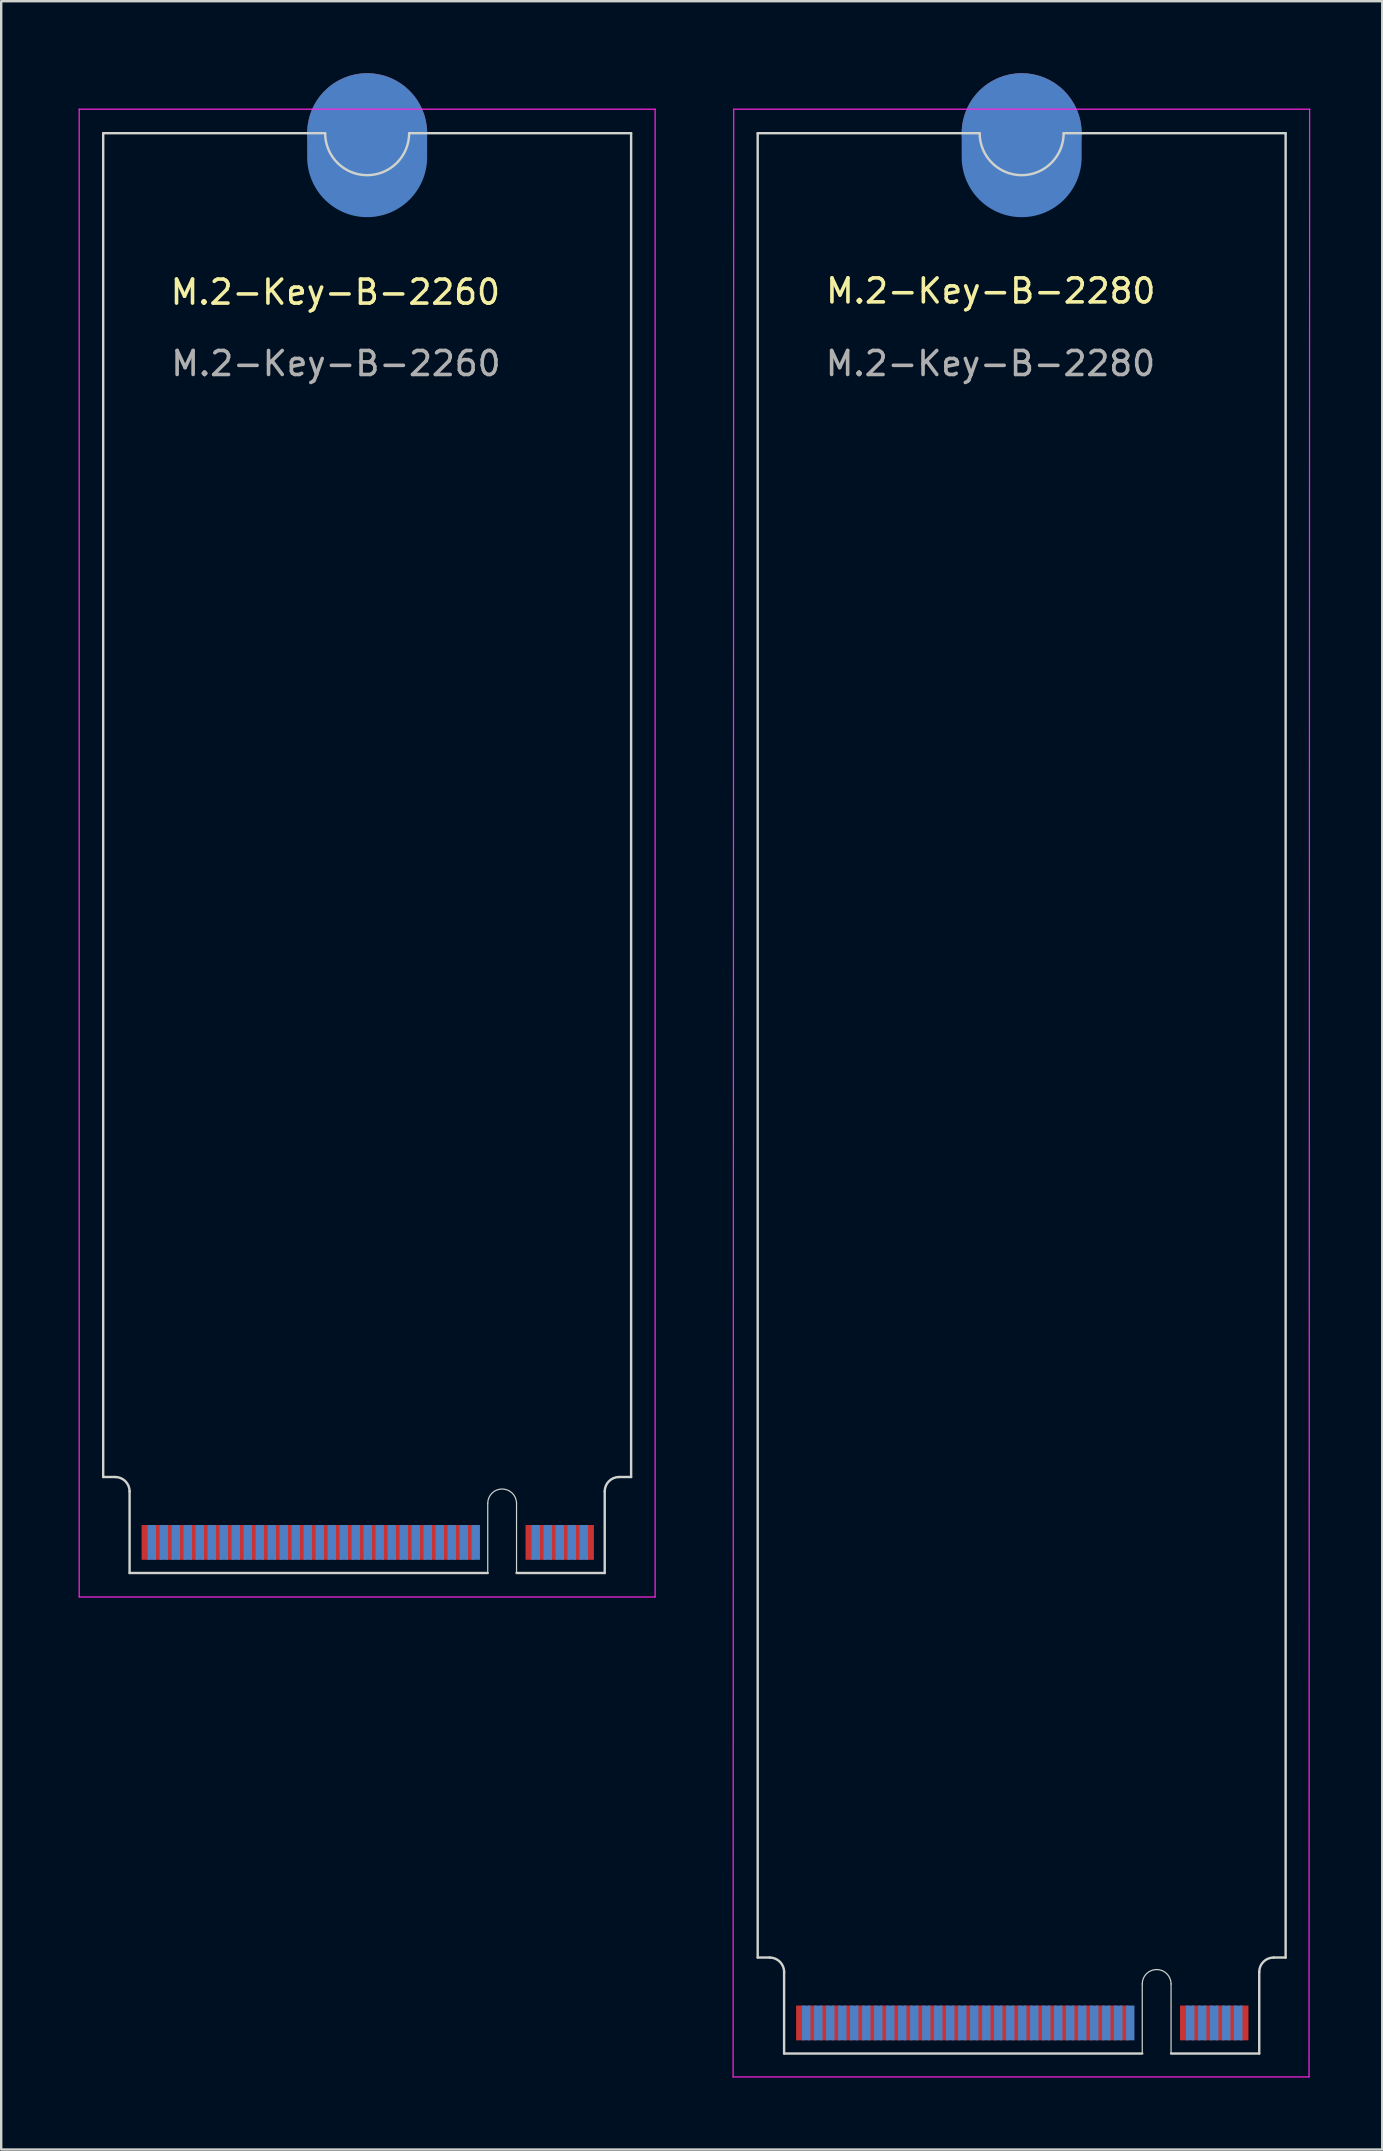
<source format=kicad_pcb>
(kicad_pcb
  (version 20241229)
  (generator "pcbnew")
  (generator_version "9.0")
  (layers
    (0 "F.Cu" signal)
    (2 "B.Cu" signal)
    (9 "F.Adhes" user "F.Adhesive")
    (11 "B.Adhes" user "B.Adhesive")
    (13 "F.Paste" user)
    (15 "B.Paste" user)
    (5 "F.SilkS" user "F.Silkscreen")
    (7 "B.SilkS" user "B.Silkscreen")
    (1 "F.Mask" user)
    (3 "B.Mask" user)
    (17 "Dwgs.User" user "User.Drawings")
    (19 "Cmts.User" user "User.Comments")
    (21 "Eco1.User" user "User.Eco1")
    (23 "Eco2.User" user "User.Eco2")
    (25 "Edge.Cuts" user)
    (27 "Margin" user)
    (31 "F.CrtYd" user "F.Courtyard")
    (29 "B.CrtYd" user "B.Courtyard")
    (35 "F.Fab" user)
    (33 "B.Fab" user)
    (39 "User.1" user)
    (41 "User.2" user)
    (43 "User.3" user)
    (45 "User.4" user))
  (footprint "M.2-Key-B-2260"
    (layer "F.Cu")
    (at 0.25 1.5)
    (property "Reference" "M.2-Key-B-2260" (at 10.675 7.625 0) (unlocked yes) (layer "F.SilkS") (effects (font (size 1 1) (thickness 0.15))))
    (attr exclude_from_pos_files exclude_from_bom allow_missing_courtyard)
    (fp_line (start 1 1) (end 1 57) (stroke (width 0.1) (type default)) (layer "Edge.Cuts"))
    (fp_line (start 1 1) (end 10.25 1) (stroke (width 0.1) (type default)) (layer "Edge.Cuts"))
    (fp_line (start 1 57) (end 1.5 57) (stroke (width 0.1) (type default)) (layer "Edge.Cuts"))
    (fp_line (start 2.1 57.6) (end 2.1 61) (stroke (width 0.1) (type default)) (layer "Edge.Cuts"))
    (fp_line (start 2.1 61) (end 17.025 61) (stroke (width 0.1) (type default)) (layer "Edge.Cuts"))
    (fp_line (start 17.025 61) (end 17.025 58.1) (stroke (width 0.05) (type default)) (layer "Edge.Cuts"))
    (fp_line (start 18.225 58.1) (end 18.225 61) (stroke (width 0.05) (type default)) (layer "Edge.Cuts"))
    (fp_line (start 18.225 61) (end 21.9 61) (stroke (width 0.1) (type default)) (layer "Edge.Cuts"))
    (fp_line (start 21.9 57.6) (end 21.9 61) (stroke (width 0.1) (type default)) (layer "Edge.Cuts"))
    (fp_line (start 23 1) (end 13.75 1) (stroke (width 0.1) (type default)) (layer "Edge.Cuts"))
    (fp_line (start 23 1) (end 23 57) (stroke (width 0.1) (type default)) (layer "Edge.Cuts"))
    (fp_line (start 23 57) (end 22.5 57) (stroke (width 0.1) (type default)) (layer "Edge.Cuts"))
    (fp_arc (start 1.5 57) (mid 1.924264 57.175736) (end 2.1 57.6) (stroke (width 0.1) (type default)) (layer "Edge.Cuts"))
    (fp_arc (start 13.75 1) (mid 12 2.75) (end 10.25 1) (stroke (width 0.1) (type default)) (layer "Edge.Cuts"))
    (fp_arc (start 17.025 58.1) (mid 17.625 57.5) (end 18.225 58.1) (stroke (width 0.05) (type default)) (layer "Edge.Cuts"))
    (fp_arc (start 21.9 57.6) (mid 22.075736 57.175736) (end 22.5 57) (stroke (width 0.1) (type default)) (layer "Edge.Cuts"))
    (fp_line (start 0 62) (end 0 0) (stroke (width 0.05) (type default)) (layer "F.CrtYd"))
    (fp_line (start 0 62) (end 24 62) (stroke (width 0.05) (type default)) (layer "F.CrtYd"))
    (fp_line (start 24 0) (end 0 0) (stroke (width 0.05) (type default)) (layer "F.CrtYd"))
    (fp_line (start 24 62) (end 24 0) (stroke (width 0.05) (type default)) (layer "F.CrtYd"))
    (fp_text user "${REFERENCE}" (at 10.7 10.6 0) (unlocked yes) (layer "F.Fab") (effects (font (size 1 1) (thickness 0.15))))
    (pad "1" connect rect (at 21.275 59.725) (size 0.35 1.45) (layers "F.Cu" "F.Mask"))
    (pad "2" connect rect (at 21.025 59.725) (size 0.35 1.45) (layers "B.Cu" "B.Mask"))
    (pad "3" connect rect (at 20.775 59.725) (size 0.35 1.45) (layers "F.Cu" "F.Mask"))
    (pad "4" connect rect (at 20.525 59.725) (size 0.35 1.45) (layers "B.Cu" "B.Mask"))
    (pad "5" connect rect (at 20.275 59.725) (size 0.35 1.45) (layers "F.Cu" "F.Mask"))
    (pad "6" connect rect (at 20.025 59.725) (size 0.35 1.45) (layers "B.Cu" "B.Mask"))
    (pad "7" connect rect (at 19.775 59.725) (size 0.35 1.45) (layers "F.Cu" "F.Mask"))
    (pad "8" connect rect (at 19.525 59.725) (size 0.35 1.45) (layers "B.Cu" "B.Mask"))
    (pad "9" connect rect (at 19.275 59.725) (size 0.35 1.45) (layers "F.Cu" "F.Mask"))
    (pad "10" connect rect (at 19.025 59.725) (size 0.35 1.45) (layers "B.Cu" "B.Mask"))
    (pad "11" connect rect (at 18.775 59.725) (size 0.35 1.45) (layers "F.Cu" "F.Mask"))
    (pad "20" connect rect (at 16.525 59.725) (size 0.35 1.45) (layers "B.Cu" "B.Mask"))
    (pad "21" connect rect (at 16.275 59.725) (size 0.35 1.45) (layers "F.Cu" "F.Mask"))
    (pad "22" connect rect (at 16.025 59.725) (size 0.35 1.45) (layers "B.Cu" "B.Mask"))
    (pad "23" connect rect (at 15.775 59.725) (size 0.35 1.45) (layers "F.Cu" "F.Mask"))
    (pad "24" connect rect (at 15.525 59.725) (size 0.35 1.45) (layers "B.Cu" "B.Mask"))
    (pad "25" connect rect (at 15.275 59.725) (size 0.35 1.45) (layers "F.Cu" "F.Mask"))
    (pad "26" connect rect (at 15.025 59.725) (size 0.35 1.45) (layers "B.Cu" "B.Mask"))
    (pad "27" connect rect (at 14.775 59.725) (size 0.35 1.45) (layers "F.Cu" "F.Mask"))
    (pad "28" connect rect (at 14.525 59.725) (size 0.35 1.45) (layers "B.Cu" "B.Mask"))
    (pad "29" connect rect (at 14.275 59.725) (size 0.35 1.45) (layers "F.Cu" "F.Mask"))
    (pad "30" connect rect (at 14.025 59.725) (size 0.35 1.45) (layers "B.Cu" "B.Mask"))
    (pad "31" connect rect (at 13.775 59.725) (size 0.35 1.45) (layers "F.Cu" "F.Mask"))
    (pad "32" connect rect (at 13.525 59.725) (size 0.35 1.45) (layers "B.Cu" "B.Mask"))
    (pad "33" connect rect (at 13.275 59.725) (size 0.35 1.45) (layers "F.Cu" "F.Mask"))
    (pad "34" connect rect (at 13.025 59.725) (size 0.35 1.45) (layers "B.Cu" "B.Mask"))
    (pad "35" connect rect (at 12.775 59.725) (size 0.35 1.45) (layers "F.Cu" "F.Mask"))
    (pad "36" connect rect (at 12.525 59.725) (size 0.35 1.45) (layers "B.Cu" "B.Mask"))
    (pad "37" connect rect (at 12.275 59.725) (size 0.35 1.45) (layers "F.Cu" "F.Mask"))
    (pad "38" connect rect (at 12.025 59.725) (size 0.35 1.45) (layers "B.Cu" "B.Mask"))
    (pad "39" connect rect (at 11.775 59.725) (size 0.35 1.45) (layers "F.Cu" "F.Mask"))
    (pad "40" connect rect (at 11.525 59.725) (size 0.35 1.45) (layers "B.Cu" "B.Mask"))
    (pad "41" connect rect (at 11.275 59.725) (size 0.35 1.45) (layers "F.Cu" "F.Mask"))
    (pad "42" connect rect (at 11.025 59.725) (size 0.35 1.45) (layers "B.Cu" "B.Mask"))
    (pad "43" connect rect (at 10.775 59.725) (size 0.35 1.45) (layers "F.Cu" "F.Mask"))
    (pad "44" connect rect (at 10.525 59.725) (size 0.35 1.45) (layers "B.Cu" "B.Mask"))
    (pad "45" connect rect (at 10.275 59.725) (size 0.35 1.45) (layers "F.Cu" "F.Mask"))
    (pad "46" connect rect (at 10.025 59.725) (size 0.35 1.45) (layers "B.Cu" "B.Mask"))
    (pad "47" connect rect (at 9.775 59.725) (size 0.35 1.45) (layers "F.Cu" "F.Mask"))
    (pad "48" connect rect (at 9.525 59.725) (size 0.35 1.45) (layers "B.Cu" "B.Mask"))
    (pad "49" connect rect (at 9.275 59.725) (size 0.35 1.45) (layers "F.Cu" "F.Mask"))
    (pad "50" connect rect (at 9.025 59.725) (size 0.35 1.45) (layers "B.Cu" "B.Mask"))
    (pad "51" connect rect (at 8.775 59.725) (size 0.35 1.45) (layers "F.Cu" "F.Mask"))
    (pad "52" connect rect (at 8.525 59.725) (size 0.35 1.45) (layers "B.Cu" "B.Mask"))
    (pad "53" connect rect (at 8.275 59.725) (size 0.35 1.45) (layers "F.Cu" "F.Mask"))
    (pad "54" connect rect (at 8.025 59.725) (size 0.35 1.45) (layers "B.Cu" "B.Mask"))
    (pad "55" connect rect (at 7.775 59.725) (size 0.35 1.45) (layers "F.Cu" "F.Mask"))
    (pad "56" connect rect (at 7.525 59.725) (size 0.35 1.45) (layers "B.Cu" "B.Mask"))
    (pad "57" connect rect (at 7.275 59.725) (size 0.35 1.45) (layers "F.Cu" "F.Mask"))
    (pad "58" connect rect (at 7.025 59.725) (size 0.35 1.45) (layers "B.Cu" "B.Mask"))
    (pad "59" connect rect (at 6.775 59.725) (size 0.35 1.45) (layers "F.Cu" "F.Mask"))
    (pad "60" connect rect (at 6.525 59.725) (size 0.35 1.45) (layers "B.Cu" "B.Mask"))
    (pad "61" connect rect (at 6.275 59.725) (size 0.35 1.45) (layers "F.Cu" "F.Mask"))
    (pad "62" connect rect (at 6.025 59.725) (size 0.35 1.45) (layers "B.Cu" "B.Mask"))
    (pad "63" connect rect (at 5.775 59.725) (size 0.35 1.45) (layers "F.Cu" "F.Mask"))
    (pad "64" connect rect (at 5.525 59.725) (size 0.35 1.45) (layers "B.Cu" "B.Mask"))
    (pad "65" connect rect (at 5.275 59.725) (size 0.35 1.45) (layers "F.Cu" "F.Mask"))
    (pad "66" connect rect (at 5.025 59.725) (size 0.35 1.45) (layers "B.Cu" "B.Mask"))
    (pad "67" connect rect (at 4.775 59.725) (size 0.35 1.45) (layers "F.Cu" "F.Mask"))
    (pad "68" connect rect (at 4.525 59.725) (size 0.35 1.45) (layers "B.Cu" "B.Mask"))
    (pad "69" connect rect (at 4.275 59.725) (size 0.35 1.45) (layers "F.Cu" "F.Mask"))
    (pad "70" connect rect (at 4.025 59.725) (size 0.35 1.45) (layers "B.Cu" "B.Mask"))
    (pad "71" connect rect (at 3.775 59.725) (size 0.35 1.45) (layers "F.Cu" "F.Mask"))
    (pad "72" connect rect (at 3.525 59.725) (size 0.35 1.45) (layers "B.Cu" "B.Mask"))
    (pad "73" connect rect (at 3.275 59.725) (size 0.35 1.45) (layers "F.Cu" "F.Mask"))
    (pad "74" connect rect (at 3.025 59.725) (size 0.35 1.45) (layers "B.Cu" "B.Mask"))
    (pad "75" connect rect (at 2.775 59.725) (size 0.35 1.45) (layers "F.Cu" "F.Mask"))
    (pad "76" connect circle (at 12 1) (size 5 5) (layers "F.Cu" "F.Mask"))
    (pad "76" connect oval (at 12 1.5) (size 5 6) (layers "B.Cu" "B.Mask")))
  (footprint "M.2-Key-B-2280"
    (layer "F.Cu")
    (at 27.525 1.5)
    (property "Reference" "M.2-Key-B-2280" (at 10.713 7.575 0) (unlocked yes) (layer "F.SilkS") (effects (font (size 1 1) (thickness 0.15))))
    (attr exclude_from_pos_files exclude_from_bom allow_missing_courtyard)
    (fp_line (start 1 1) (end 1 77.025) (stroke (width 0.1) (type default)) (layer "Edge.Cuts"))
    (fp_line (start 1 1) (end 10.25 1) (stroke (width 0.1) (type default)) (layer "Edge.Cuts"))
    (fp_line (start 1 77.025) (end 1.5 77.025) (stroke (width 0.1) (type default)) (layer "Edge.Cuts"))
    (fp_line (start 2.1 77.625) (end 2.1 81.025) (stroke (width 0.1) (type default)) (layer "Edge.Cuts"))
    (fp_line (start 2.1 81.025) (end 17.025 81.025) (stroke (width 0.1) (type default)) (layer "Edge.Cuts"))
    (fp_line (start 17.025 81.025) (end 17.025 78.125) (stroke (width 0.05) (type default)) (layer "Edge.Cuts"))
    (fp_line (start 18.225 78.125) (end 18.225 81.025) (stroke (width 0.05) (type default)) (layer "Edge.Cuts"))
    (fp_line (start 18.225 81.025) (end 21.9 81.025) (stroke (width 0.1) (type default)) (layer "Edge.Cuts"))
    (fp_line (start 21.9 77.625) (end 21.9 81.025) (stroke (width 0.1) (type default)) (layer "Edge.Cuts"))
    (fp_line (start 23 1) (end 13.75 1) (stroke (width 0.1) (type default)) (layer "Edge.Cuts"))
    (fp_line (start 23 1) (end 23 77.025) (stroke (width 0.1) (type default)) (layer "Edge.Cuts"))
    (fp_line (start 23 77.025) (end 22.5 77.025) (stroke (width 0.1) (type default)) (layer "Edge.Cuts"))
    (fp_arc (start 1.5 77.025) (mid 1.924264 77.200736) (end 2.1 77.625) (stroke (width 0.1) (type default)) (layer "Edge.Cuts"))
    (fp_arc (start 13.75 1) (mid 12 2.75) (end 10.25 1) (stroke (width 0.1) (type default)) (layer "Edge.Cuts"))
    (fp_arc (start 17.025 78.125) (mid 17.625 77.525) (end 18.225 78.125) (stroke (width 0.05) (type default)) (layer "Edge.Cuts"))
    (fp_arc (start 21.9 77.625) (mid 22.075736 77.200736) (end 22.5 77.025) (stroke (width 0.1) (type default)) (layer "Edge.Cuts"))
    (fp_line (start -0.025 82) (end 0 0) (stroke (width 0.05) (type default)) (layer "F.CrtYd"))
    (fp_line (start -0.025 82) (end 23.975 82) (stroke (width 0.05) (type default)) (layer "F.CrtYd"))
    (fp_line (start 23.975 82) (end 24 0) (stroke (width 0.05) (type default)) (layer "F.CrtYd"))
    (fp_line (start 24 0) (end 0 0) (stroke (width 0.05) (type default)) (layer "F.CrtYd"))
    (fp_text user "${REFERENCE}" (at 10.7 10.6 0) (unlocked yes) (layer "F.Fab") (effects (font (size 1 1) (thickness 0.15))))
    (pad "1" connect rect (at 21.275 79.75) (size 0.35 1.45) (layers "F.Cu" "F.Mask"))
    (pad "2" connect rect (at 21.025 79.75) (size 0.35 1.45) (layers "B.Cu" "B.Mask"))
    (pad "3" connect rect (at 20.775 79.75) (size 0.35 1.45) (layers "F.Cu" "F.Mask"))
    (pad "4" connect rect (at 20.525 79.75) (size 0.35 1.45) (layers "B.Cu" "B.Mask"))
    (pad "5" connect rect (at 20.275 79.75) (size 0.35 1.45) (layers "F.Cu" "F.Mask"))
    (pad "6" connect rect (at 20.025 79.75) (size 0.35 1.45) (layers "B.Cu" "B.Mask"))
    (pad "7" connect rect (at 19.775 79.75) (size 0.35 1.45) (layers "F.Cu" "F.Mask"))
    (pad "8" connect rect (at 19.525 79.75) (size 0.35 1.45) (layers "B.Cu" "B.Mask"))
    (pad "9" connect rect (at 19.275 79.75) (size 0.35 1.45) (layers "F.Cu" "F.Mask"))
    (pad "10" connect rect (at 19.025 79.75) (size 0.35 1.45) (layers "B.Cu" "B.Mask"))
    (pad "11" connect rect (at 18.775 79.75) (size 0.35 1.45) (layers "F.Cu" "F.Mask"))
    (pad "20" connect rect (at 16.525 79.75) (size 0.35 1.45) (layers "B.Cu" "B.Mask"))
    (pad "21" connect rect (at 16.275 79.75) (size 0.35 1.45) (layers "F.Cu" "F.Mask"))
    (pad "22" connect rect (at 16.025 79.75) (size 0.35 1.45) (layers "B.Cu" "B.Mask"))
    (pad "23" connect rect (at 15.775 79.75) (size 0.35 1.45) (layers "F.Cu" "F.Mask"))
    (pad "24" connect rect (at 15.525 79.75) (size 0.35 1.45) (layers "B.Cu" "B.Mask"))
    (pad "25" connect rect (at 15.275 79.75) (size 0.35 1.45) (layers "F.Cu" "F.Mask"))
    (pad "26" connect rect (at 15.025 79.75) (size 0.35 1.45) (layers "B.Cu" "B.Mask"))
    (pad "27" connect rect (at 14.775 79.75) (size 0.35 1.45) (layers "F.Cu" "F.Mask"))
    (pad "28" connect rect (at 14.525 79.75) (size 0.35 1.45) (layers "B.Cu" "B.Mask"))
    (pad "29" connect rect (at 14.275 79.75) (size 0.35 1.45) (layers "F.Cu" "F.Mask"))
    (pad "30" connect rect (at 14.025 79.75) (size 0.35 1.45) (layers "B.Cu" "B.Mask"))
    (pad "31" connect rect (at 13.775 79.75) (size 0.35 1.45) (layers "F.Cu" "F.Mask"))
    (pad "32" connect rect (at 13.525 79.75) (size 0.35 1.45) (layers "B.Cu" "B.Mask"))
    (pad "33" connect rect (at 13.275 79.75) (size 0.35 1.45) (layers "F.Cu" "F.Mask"))
    (pad "34" connect rect (at 13.025 79.75) (size 0.35 1.45) (layers "B.Cu" "B.Mask"))
    (pad "35" connect rect (at 12.775 79.75) (size 0.35 1.45) (layers "F.Cu" "F.Mask"))
    (pad "36" connect rect (at 12.525 79.75) (size 0.35 1.45) (layers "B.Cu" "B.Mask"))
    (pad "37" connect rect (at 12.275 79.75) (size 0.35 1.45) (layers "F.Cu" "F.Mask"))
    (pad "38" connect rect (at 12.025 79.75) (size 0.35 1.45) (layers "B.Cu" "B.Mask"))
    (pad "39" connect rect (at 11.775 79.75) (size 0.35 1.45) (layers "F.Cu" "F.Mask"))
    (pad "40" connect rect (at 11.525 79.75) (size 0.35 1.45) (layers "B.Cu" "B.Mask"))
    (pad "41" connect rect (at 11.275 79.75) (size 0.35 1.45) (layers "F.Cu" "F.Mask"))
    (pad "42" connect rect (at 11.025 79.75) (size 0.35 1.45) (layers "B.Cu" "B.Mask"))
    (pad "43" connect rect (at 10.775 79.75) (size 0.35 1.45) (layers "F.Cu" "F.Mask"))
    (pad "44" connect rect (at 10.525 79.75) (size 0.35 1.45) (layers "B.Cu" "B.Mask"))
    (pad "45" connect rect (at 10.275 79.75) (size 0.35 1.45) (layers "F.Cu" "F.Mask"))
    (pad "46" connect rect (at 10.025 79.75) (size 0.35 1.45) (layers "B.Cu" "B.Mask"))
    (pad "47" connect rect (at 9.775 79.75) (size 0.35 1.45) (layers "F.Cu" "F.Mask"))
    (pad "48" connect rect (at 9.525 79.75) (size 0.35 1.45) (layers "B.Cu" "B.Mask"))
    (pad "49" connect rect (at 9.275 79.75) (size 0.35 1.45) (layers "F.Cu" "F.Mask"))
    (pad "50" connect rect (at 9.025 79.75) (size 0.35 1.45) (layers "B.Cu" "B.Mask"))
    (pad "51" connect rect (at 8.775 79.75) (size 0.35 1.45) (layers "F.Cu" "F.Mask"))
    (pad "52" connect rect (at 8.525 79.75) (size 0.35 1.45) (layers "B.Cu" "B.Mask"))
    (pad "53" connect rect (at 8.275 79.75) (size 0.35 1.45) (layers "F.Cu" "F.Mask"))
    (pad "54" connect rect (at 8.025 79.75) (size 0.35 1.45) (layers "B.Cu" "B.Mask"))
    (pad "55" connect rect (at 7.775 79.75) (size 0.35 1.45) (layers "F.Cu" "F.Mask"))
    (pad "56" connect rect (at 7.525 79.75) (size 0.35 1.45) (layers "B.Cu" "B.Mask"))
    (pad "57" connect rect (at 7.275 79.75) (size 0.35 1.45) (layers "F.Cu" "F.Mask"))
    (pad "58" connect rect (at 7.025 79.75) (size 0.35 1.45) (layers "B.Cu" "B.Mask"))
    (pad "59" connect rect (at 6.775 79.75) (size 0.35 1.45) (layers "F.Cu" "F.Mask"))
    (pad "60" connect rect (at 6.525 79.75) (size 0.35 1.45) (layers "B.Cu" "B.Mask"))
    (pad "61" connect rect (at 6.275 79.75) (size 0.35 1.45) (layers "F.Cu" "F.Mask"))
    (pad "62" connect rect (at 6.025 79.75) (size 0.35 1.45) (layers "B.Cu" "B.Mask"))
    (pad "63" connect rect (at 5.775 79.75) (size 0.35 1.45) (layers "F.Cu" "F.Mask"))
    (pad "64" connect rect (at 5.525 79.75) (size 0.35 1.45) (layers "B.Cu" "B.Mask"))
    (pad "65" connect rect (at 5.275 79.75) (size 0.35 1.45) (layers "F.Cu" "F.Mask"))
    (pad "66" connect rect (at 5.025 79.75) (size 0.35 1.45) (layers "B.Cu" "B.Mask"))
    (pad "67" connect rect (at 4.775 79.75) (size 0.35 1.45) (layers "F.Cu" "F.Mask"))
    (pad "68" connect rect (at 4.525 79.75) (size 0.35 1.45) (layers "B.Cu" "B.Mask"))
    (pad "69" connect rect (at 4.275 79.75) (size 0.35 1.45) (layers "F.Cu" "F.Mask"))
    (pad "70" connect rect (at 4.025 79.75) (size 0.35 1.45) (layers "B.Cu" "B.Mask"))
    (pad "71" connect rect (at 3.775 79.75) (size 0.35 1.45) (layers "F.Cu" "F.Mask"))
    (pad "72" connect rect (at 3.525 79.75) (size 0.35 1.45) (layers "B.Cu" "B.Mask"))
    (pad "73" connect rect (at 3.275 79.75) (size 0.35 1.45) (layers "F.Cu" "F.Mask"))
    (pad "74" connect rect (at 3.025 79.75) (size 0.35 1.45) (layers "B.Cu" "B.Mask"))
    (pad "75" connect rect (at 2.775 79.75) (size 0.35 1.45) (layers "F.Cu" "F.Mask"))
    (pad "76" connect circle (at 12 1) (size 5 5) (layers "F.Cu" "F.Mask"))
    (pad "76" connect oval (at 12 1.5) (size 5 6) (layers "B.Cu" "B.Mask"))
    (zone (net_name "") (layer "F.Cu") (name "TOP COMPONENT KEEPOUT") (hatch edge 0.5) (connect_pads) (min_thickness 0.25) (filled_areas_thickness no) (keepout (tracks allowed) (vias allowed) (pads allowed) (copperpour allowed) (footprints not_allowed)) (placement (enabled no)) (fill) (polygon (pts (xy 29.625 82.525) (xy 29.625 78.525) (xy 49.425 78.525) (xy 49.425 82.525)))))
  (gr_rect
    (start -3 -3)
    (end 54.55 86.525)
    (stroke (width 0.1) (type default))
    (fill no)
    (layer "Edge.Cuts")))
</source>
